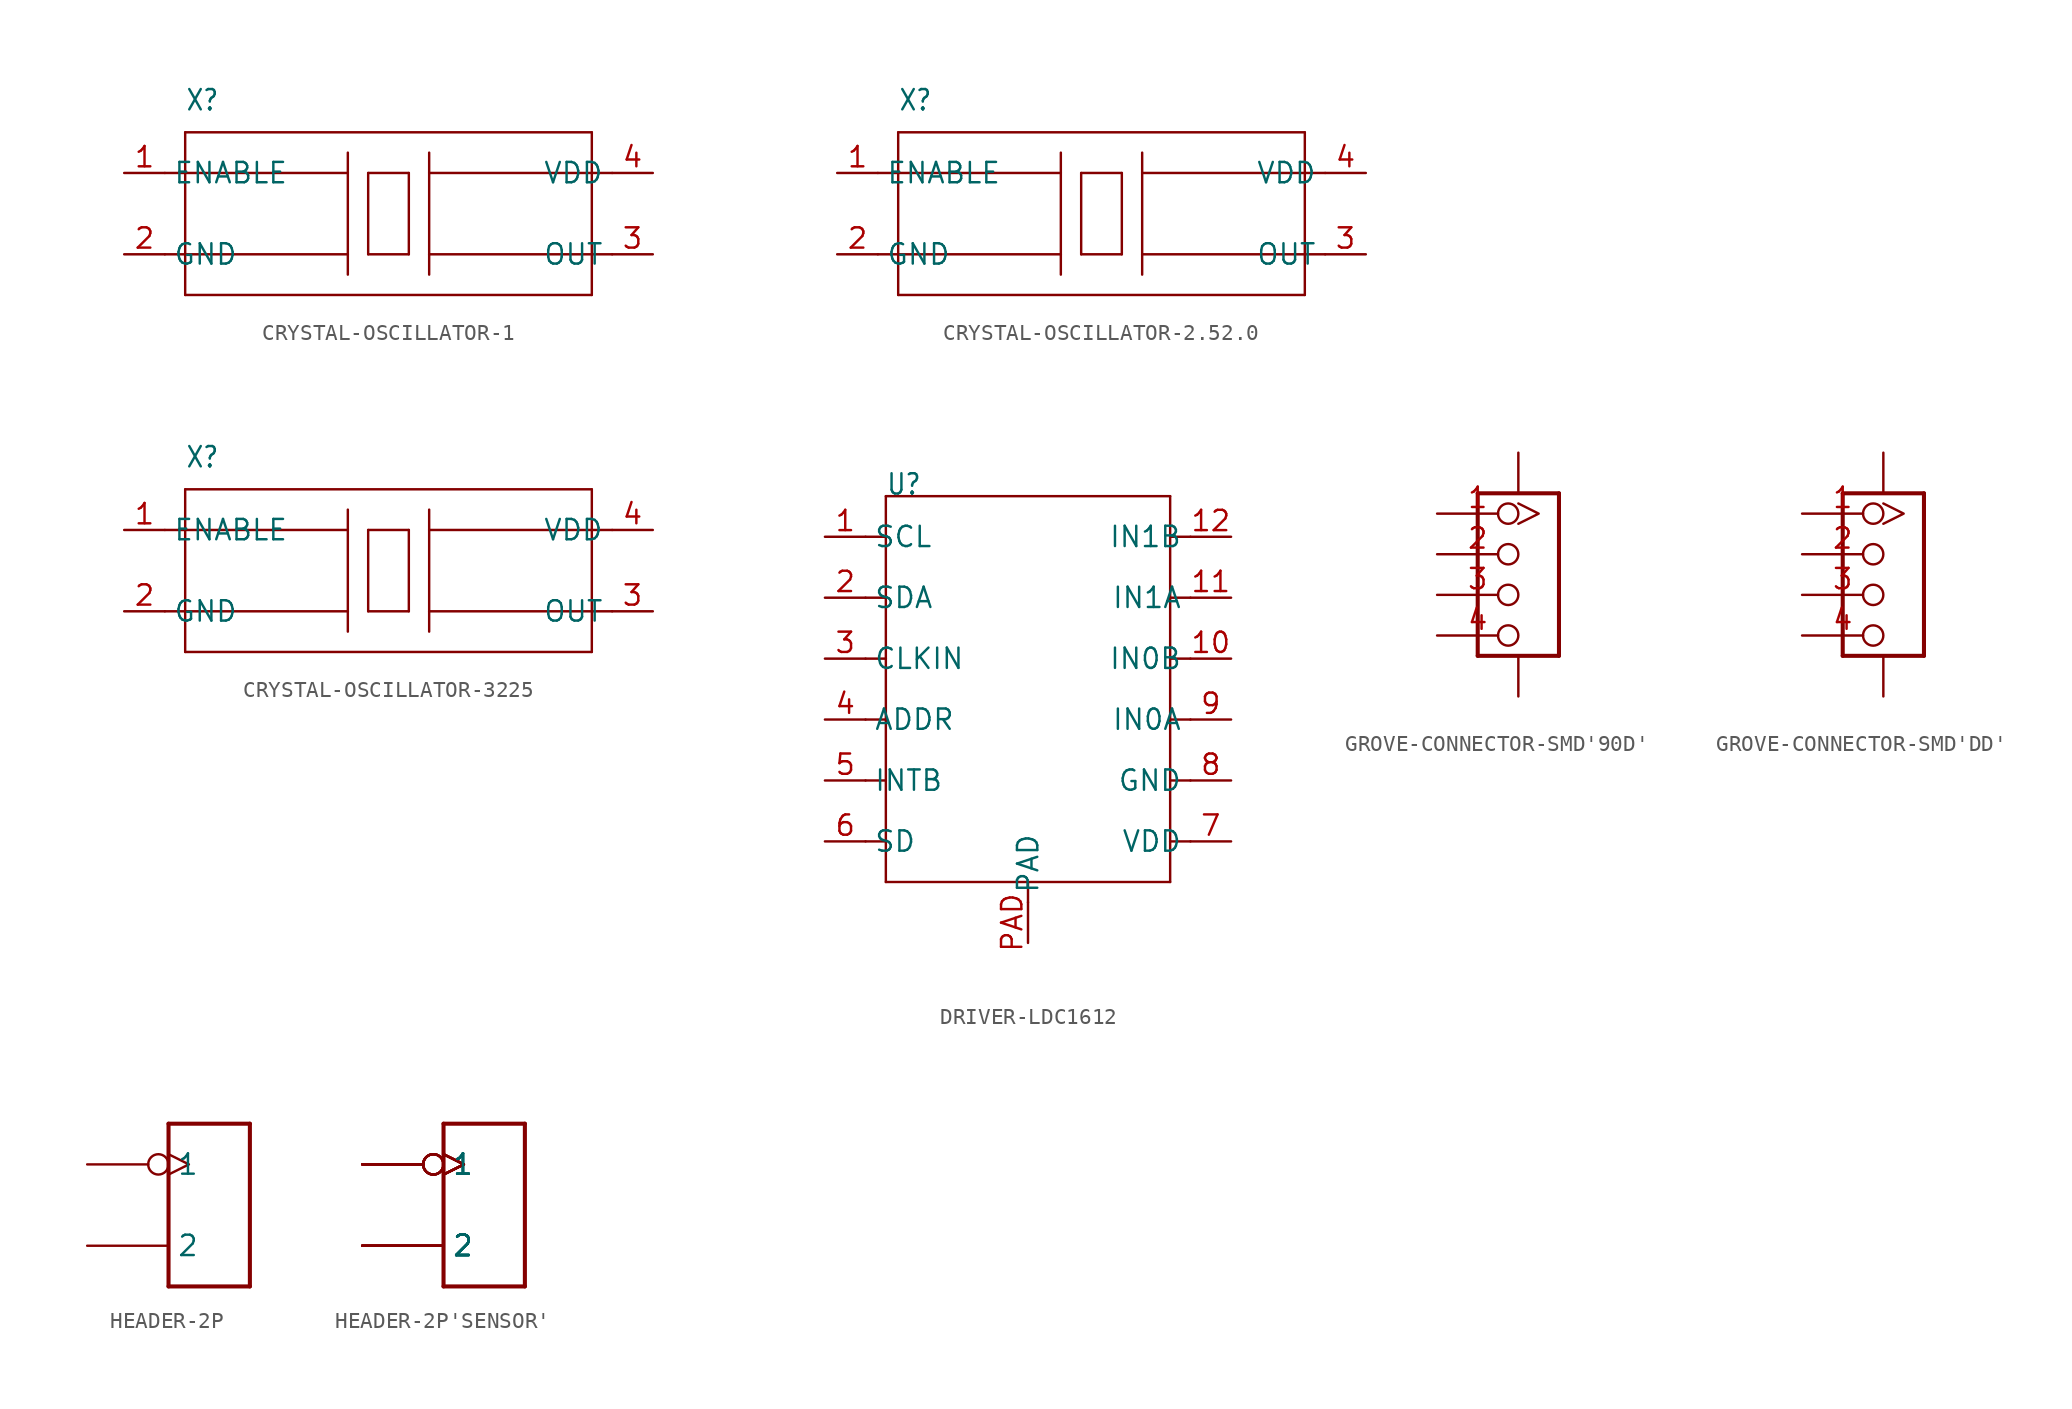
<source format=kicad_sym>
(kicad_symbol_lib
  (version 20220914)
  (generator kicad_symbol_editor)
  (symbol "CRYSTAL-OSCILLATOR-1"
    (property "Reference" "X"
      (at -12.7 6.35 0)
      (effects (font (size 1.27 1.079)) (justify left bottom)))
    (property "Value" ""
      (at -3.81 6.35 0)
      (effects (font (size 1.27 1.079)) (justify left bottom)))
    (property "ki_locked" ""
      (at 0 0 0)
      (effects (font (size 1.27 1.27))))
    (symbol "CRYSTAL-OSCILLATOR-1_1_0"
      (polyline (pts (xy -13.97 -2.54) (xy -2.54 -2.54)) (stroke (width 0.152) (type solid)) (fill (type none)))
      (polyline (pts (xy -13.97 2.54) (xy -2.54 2.54)) (stroke (width 0.152) (type solid)) (fill (type none)))
      (polyline (pts (xy -12.7 -5.08) (xy 12.7 -5.08)) (stroke (width 0.152) (type solid)) (fill (type none)))
      (polyline (pts (xy -12.7 5.08) (xy -12.7 -5.08)) (stroke (width 0.152) (type solid)) (fill (type none)))
      (polyline (pts (xy -2.54 -3.81) (xy -2.54 -2.54)) (stroke (width 0.152) (type solid)) (fill (type none)))
      (polyline (pts (xy -2.54 -2.54) (xy -2.54 2.54)) (stroke (width 0.152) (type solid)) (fill (type none)))
      (polyline (pts (xy -2.54 2.54) (xy -2.54 3.81)) (stroke (width 0.152) (type solid)) (fill (type none)))
      (polyline (pts (xy -1.27 -2.54) (xy -1.27 2.54)) (stroke (width 0.152) (type solid)) (fill (type none)))
      (polyline (pts (xy -1.27 2.54) (xy 1.27 2.54)) (stroke (width 0.152) (type solid)) (fill (type none)))
      (polyline (pts (xy 1.27 -2.54) (xy -1.27 -2.54)) (stroke (width 0.152) (type solid)) (fill (type none)))
      (polyline (pts (xy 1.27 2.54) (xy 1.27 -2.54)) (stroke (width 0.152) (type solid)) (fill (type none)))
      (polyline (pts (xy 2.54 -2.54) (xy 2.54 -3.81)) (stroke (width 0.152) (type solid)) (fill (type none)))
      (polyline (pts (xy 2.54 2.54) (xy 2.54 -2.54)) (stroke (width 0.152) (type solid)) (fill (type none)))
      (polyline (pts (xy 2.54 3.81) (xy 2.54 2.54)) (stroke (width 0.152) (type solid)) (fill (type none)))
      (polyline (pts (xy 12.7 -5.08) (xy 12.7 5.08)) (stroke (width 0.152) (type solid)) (fill (type none)))
      (polyline (pts (xy 12.7 5.08) (xy -12.7 5.08)) (stroke (width 0.152) (type solid)) (fill (type none)))
      (polyline (pts (xy 13.97 -2.54) (xy 2.54 -2.54)) (stroke (width 0.152) (type solid)) (fill (type none)))
      (polyline (pts (xy 13.97 2.54) (xy 2.54 2.54)) (stroke (width 0.152) (type solid)) (fill (type none)))
      (pin bidirectional line (at -16.51 2.54 0) (length 2.54) (name "ENABLE" (effects (font (size 1.27 1.27)))) (number "1" (effects (font (size 1.27 1.27)))))
      (pin bidirectional line (at -16.51 -2.54 0) (length 2.54) (name "GND" (effects (font (size 1.27 1.27)))) (number "2" (effects (font (size 1.27 1.27)))))
      (pin bidirectional line (at 16.51 -2.54 180) (length 2.54) (name "OUT" (effects (font (size 1.27 1.27)))) (number "3" (effects (font (size 1.27 1.27)))))
      (pin bidirectional line (at 16.51 2.54 180) (length 2.54) (name "VDD" (effects (font (size 1.27 1.27)))) (number "4" (effects (font (size 1.27 1.27)))))))
  (symbol "CRYSTAL-OSCILLATOR-2.52.0"
    (property "Reference" "X"
      (at -12.7 6.35 0)
      (effects (font (size 1.27 1.079)) (justify left bottom)))
    (property "Value" ""
      (at -3.81 6.35 0)
      (effects (font (size 1.27 1.079)) (justify left bottom)))
    (property "ki_locked" ""
      (at 0 0 0)
      (effects (font (size 1.27 1.27))))
    (symbol "CRYSTAL-OSCILLATOR-2.52.0_1_0"
      (polyline (pts (xy -13.97 -2.54) (xy -2.54 -2.54)) (stroke (width 0.152) (type solid)) (fill (type none)))
      (polyline (pts (xy -13.97 2.54) (xy -2.54 2.54)) (stroke (width 0.152) (type solid)) (fill (type none)))
      (polyline (pts (xy -12.7 -5.08) (xy 12.7 -5.08)) (stroke (width 0.152) (type solid)) (fill (type none)))
      (polyline (pts (xy -12.7 5.08) (xy -12.7 -5.08)) (stroke (width 0.152) (type solid)) (fill (type none)))
      (polyline (pts (xy -2.54 -3.81) (xy -2.54 -2.54)) (stroke (width 0.152) (type solid)) (fill (type none)))
      (polyline (pts (xy -2.54 -2.54) (xy -2.54 2.54)) (stroke (width 0.152) (type solid)) (fill (type none)))
      (polyline (pts (xy -2.54 2.54) (xy -2.54 3.81)) (stroke (width 0.152) (type solid)) (fill (type none)))
      (polyline (pts (xy -1.27 -2.54) (xy -1.27 2.54)) (stroke (width 0.152) (type solid)) (fill (type none)))
      (polyline (pts (xy -1.27 2.54) (xy 1.27 2.54)) (stroke (width 0.152) (type solid)) (fill (type none)))
      (polyline (pts (xy 1.27 -2.54) (xy -1.27 -2.54)) (stroke (width 0.152) (type solid)) (fill (type none)))
      (polyline (pts (xy 1.27 2.54) (xy 1.27 -2.54)) (stroke (width 0.152) (type solid)) (fill (type none)))
      (polyline (pts (xy 2.54 -2.54) (xy 2.54 -3.81)) (stroke (width 0.152) (type solid)) (fill (type none)))
      (polyline (pts (xy 2.54 2.54) (xy 2.54 -2.54)) (stroke (width 0.152) (type solid)) (fill (type none)))
      (polyline (pts (xy 2.54 3.81) (xy 2.54 2.54)) (stroke (width 0.152) (type solid)) (fill (type none)))
      (polyline (pts (xy 12.7 -5.08) (xy 12.7 5.08)) (stroke (width 0.152) (type solid)) (fill (type none)))
      (polyline (pts (xy 12.7 5.08) (xy -12.7 5.08)) (stroke (width 0.152) (type solid)) (fill (type none)))
      (polyline (pts (xy 13.97 -2.54) (xy 2.54 -2.54)) (stroke (width 0.152) (type solid)) (fill (type none)))
      (polyline (pts (xy 13.97 2.54) (xy 2.54 2.54)) (stroke (width 0.152) (type solid)) (fill (type none)))
      (pin bidirectional line (at -16.51 2.54 0) (length 2.54) (name "ENABLE" (effects (font (size 1.27 1.27)))) (number "1" (effects (font (size 1.27 1.27)))))
      (pin bidirectional line (at -16.51 -2.54 0) (length 2.54) (name "GND" (effects (font (size 1.27 1.27)))) (number "2" (effects (font (size 1.27 1.27)))))
      (pin bidirectional line (at 16.51 -2.54 180) (length 2.54) (name "OUT" (effects (font (size 1.27 1.27)))) (number "3" (effects (font (size 1.27 1.27)))))
      (pin bidirectional line (at 16.51 2.54 180) (length 2.54) (name "VDD" (effects (font (size 1.27 1.27)))) (number "4" (effects (font (size 1.27 1.27)))))))
  (symbol "CRYSTAL-OSCILLATOR-3225"
    (property "Reference" "X"
      (at -12.7 6.35 0)
      (effects (font (size 1.27 1.079)) (justify left bottom)))
    (property "Value" ""
      (at -3.81 6.35 0)
      (effects (font (size 1.27 1.079)) (justify left bottom)))
    (property "ki_locked" ""
      (at 0 0 0)
      (effects (font (size 1.27 1.27))))
    (symbol "CRYSTAL-OSCILLATOR-3225_1_0"
      (polyline (pts (xy -13.97 -2.54) (xy -2.54 -2.54)) (stroke (width 0.152) (type solid)) (fill (type none)))
      (polyline (pts (xy -13.97 2.54) (xy -2.54 2.54)) (stroke (width 0.152) (type solid)) (fill (type none)))
      (polyline (pts (xy -12.7 -5.08) (xy 12.7 -5.08)) (stroke (width 0.152) (type solid)) (fill (type none)))
      (polyline (pts (xy -12.7 5.08) (xy -12.7 -5.08)) (stroke (width 0.152) (type solid)) (fill (type none)))
      (polyline (pts (xy -2.54 -3.81) (xy -2.54 -2.54)) (stroke (width 0.152) (type solid)) (fill (type none)))
      (polyline (pts (xy -2.54 -2.54) (xy -2.54 2.54)) (stroke (width 0.152) (type solid)) (fill (type none)))
      (polyline (pts (xy -2.54 2.54) (xy -2.54 3.81)) (stroke (width 0.152) (type solid)) (fill (type none)))
      (polyline (pts (xy -1.27 -2.54) (xy -1.27 2.54)) (stroke (width 0.152) (type solid)) (fill (type none)))
      (polyline (pts (xy -1.27 2.54) (xy 1.27 2.54)) (stroke (width 0.152) (type solid)) (fill (type none)))
      (polyline (pts (xy 1.27 -2.54) (xy -1.27 -2.54)) (stroke (width 0.152) (type solid)) (fill (type none)))
      (polyline (pts (xy 1.27 2.54) (xy 1.27 -2.54)) (stroke (width 0.152) (type solid)) (fill (type none)))
      (polyline (pts (xy 2.54 -2.54) (xy 2.54 -3.81)) (stroke (width 0.152) (type solid)) (fill (type none)))
      (polyline (pts (xy 2.54 2.54) (xy 2.54 -2.54)) (stroke (width 0.152) (type solid)) (fill (type none)))
      (polyline (pts (xy 2.54 3.81) (xy 2.54 2.54)) (stroke (width 0.152) (type solid)) (fill (type none)))
      (polyline (pts (xy 12.7 -5.08) (xy 12.7 5.08)) (stroke (width 0.152) (type solid)) (fill (type none)))
      (polyline (pts (xy 12.7 5.08) (xy -12.7 5.08)) (stroke (width 0.152) (type solid)) (fill (type none)))
      (polyline (pts (xy 13.97 -2.54) (xy 2.54 -2.54)) (stroke (width 0.152) (type solid)) (fill (type none)))
      (polyline (pts (xy 13.97 2.54) (xy 2.54 2.54)) (stroke (width 0.152) (type solid)) (fill (type none)))
      (pin bidirectional line (at -16.51 2.54 0) (length 2.54) (name "ENABLE" (effects (font (size 1.27 1.27)))) (number "1" (effects (font (size 1.27 1.27)))))
      (pin bidirectional line (at -16.51 -2.54 0) (length 2.54) (name "GND" (effects (font (size 1.27 1.27)))) (number "2" (effects (font (size 1.27 1.27)))))
      (pin bidirectional line (at 16.51 -2.54 180) (length 2.54) (name "OUT" (effects (font (size 1.27 1.27)))) (number "3" (effects (font (size 1.27 1.27)))))
      (pin bidirectional line (at 16.51 2.54 180) (length 2.54) (name "VDD" (effects (font (size 1.27 1.27)))) (number "4" (effects (font (size 1.27 1.27)))))))
  (symbol "DRIVER-LDC1612"
    (property "Reference" "U"
      (at -8.89 11.43 0)
      (effects (font (size 1.27 1.079)) (justify left bottom)))
    (property "Value" ""
      (at 2.54 11.43 0)
      (effects (font (size 1.27 1.079)) (justify left bottom)))
    (property "ki_locked" ""
      (at 0 0 0)
      (effects (font (size 1.27 1.27))))
    (symbol "DRIVER-LDC1612_1_0"
      (polyline (pts (xy -10.16 -10.16) (xy -8.89 -10.16)) (stroke (width 0.152) (type solid)) (fill (type none)))
      (polyline (pts (xy -8.89 -12.7) (xy -8.89 -10.16)) (stroke (width 0.152) (type solid)) (fill (type none)))
      (polyline (pts (xy -8.89 -10.16) (xy -8.89 -6.35)) (stroke (width 0.152) (type solid)) (fill (type none)))
      (polyline (pts (xy -8.89 -6.35) (xy -10.16 -6.35)) (stroke (width 0.152) (type solid)) (fill (type none)))
      (polyline (pts (xy -8.89 -6.35) (xy -8.89 -2.54)) (stroke (width 0.152) (type solid)) (fill (type none)))
      (polyline (pts (xy -8.89 -2.54) (xy -10.16 -2.54)) (stroke (width 0.152) (type solid)) (fill (type none)))
      (polyline (pts (xy -8.89 -2.54) (xy -8.89 1.27)) (stroke (width 0.152) (type solid)) (fill (type none)))
      (polyline (pts (xy -8.89 1.27) (xy -10.16 1.27)) (stroke (width 0.152) (type solid)) (fill (type none)))
      (polyline (pts (xy -8.89 1.27) (xy -8.89 5.08)) (stroke (width 0.152) (type solid)) (fill (type none)))
      (polyline (pts (xy -8.89 5.08) (xy -10.16 5.08)) (stroke (width 0.152) (type solid)) (fill (type none)))
      (polyline (pts (xy -8.89 5.08) (xy -8.89 8.89)) (stroke (width 0.152) (type solid)) (fill (type none)))
      (polyline (pts (xy -8.89 8.89) (xy -10.16 8.89)) (stroke (width 0.152) (type solid)) (fill (type none)))
      (polyline (pts (xy -8.89 8.89) (xy -8.89 11.43)) (stroke (width 0.152) (type solid)) (fill (type none)))
      (polyline (pts (xy -8.89 11.43) (xy 8.89 11.43)) (stroke (width 0.152) (type solid)) (fill (type none)))
      (polyline (pts (xy 0 -13.97) (xy 0 -12.7)) (stroke (width 0.152) (type solid)) (fill (type none)))
      (polyline (pts (xy 0 -12.7) (xy -8.89 -12.7)) (stroke (width 0.152) (type solid)) (fill (type none)))
      (polyline (pts (xy 8.89 -12.7) (xy 0 -12.7)) (stroke (width 0.152) (type solid)) (fill (type none)))
      (polyline (pts (xy 8.89 -10.16) (xy 8.89 -12.7)) (stroke (width 0.152) (type solid)) (fill (type none)))
      (polyline (pts (xy 8.89 -6.35) (xy 8.89 -10.16)) (stroke (width 0.152) (type solid)) (fill (type none)))
      (polyline (pts (xy 8.89 -2.54) (xy 8.89 -6.35)) (stroke (width 0.152) (type solid)) (fill (type none)))
      (polyline (pts (xy 8.89 1.27) (xy 8.89 -2.54)) (stroke (width 0.152) (type solid)) (fill (type none)))
      (polyline (pts (xy 8.89 5.08) (xy 8.89 1.27)) (stroke (width 0.152) (type solid)) (fill (type none)))
      (polyline (pts (xy 8.89 8.89) (xy 8.89 5.08)) (stroke (width 0.152) (type solid)) (fill (type none)))
      (polyline (pts (xy 8.89 11.43) (xy 8.89 8.89)) (stroke (width 0.152) (type solid)) (fill (type none)))
      (polyline (pts (xy 10.16 -10.16) (xy 8.89 -10.16)) (stroke (width 0.152) (type solid)) (fill (type none)))
      (polyline (pts (xy 10.16 -6.35) (xy 8.89 -6.35)) (stroke (width 0.152) (type solid)) (fill (type none)))
      (polyline (pts (xy 10.16 -2.54) (xy 8.89 -2.54)) (stroke (width 0.152) (type solid)) (fill (type none)))
      (polyline (pts (xy 10.16 1.27) (xy 8.89 1.27)) (stroke (width 0.152) (type solid)) (fill (type none)))
      (polyline (pts (xy 10.16 5.08) (xy 8.89 5.08)) (stroke (width 0.152) (type solid)) (fill (type none)))
      (polyline (pts (xy 10.16 8.89) (xy 8.89 8.89)) (stroke (width 0.152) (type solid)) (fill (type none)))
      (pin bidirectional line (at -12.7 8.89 0) (length 2.54) (name "SCL" (effects (font (size 1.27 1.27)))) (number "1" (effects (font (size 1.27 1.27)))))
      (pin bidirectional line (at 12.7 1.27 180) (length 2.54) (name "IN0B" (effects (font (size 1.27 1.27)))) (number "10" (effects (font (size 1.27 1.27)))))
      (pin bidirectional line (at 12.7 5.08 180) (length 2.54) (name "IN1A" (effects (font (size 1.27 1.27)))) (number "11" (effects (font (size 1.27 1.27)))))
      (pin bidirectional line (at 12.7 8.89 180) (length 2.54) (name "IN1B" (effects (font (size 1.27 1.27)))) (number "12" (effects (font (size 1.27 1.27)))))
      (pin bidirectional line (at -12.7 5.08 0) (length 2.54) (name "SDA" (effects (font (size 1.27 1.27)))) (number "2" (effects (font (size 1.27 1.27)))))
      (pin bidirectional line (at -12.7 1.27 0) (length 2.54) (name "CLKIN" (effects (font (size 1.27 1.27)))) (number "3" (effects (font (size 1.27 1.27)))))
      (pin bidirectional line (at -12.7 -2.54 0) (length 2.54) (name "ADDR" (effects (font (size 1.27 1.27)))) (number "4" (effects (font (size 1.27 1.27)))))
      (pin bidirectional line (at -12.7 -6.35 0) (length 2.54) (name "INTB" (effects (font (size 1.27 1.27)))) (number "5" (effects (font (size 1.27 1.27)))))
      (pin bidirectional line (at -12.7 -10.16 0) (length 2.54) (name "SD" (effects (font (size 1.27 1.27)))) (number "6" (effects (font (size 1.27 1.27)))))
      (pin bidirectional line (at 12.7 -10.16 180) (length 2.54) (name "VDD" (effects (font (size 1.27 1.27)))) (number "7" (effects (font (size 1.27 1.27)))))
      (pin bidirectional line (at 12.7 -6.35 180) (length 2.54) (name "GND" (effects (font (size 1.27 1.27)))) (number "8" (effects (font (size 1.27 1.27)))))
      (pin bidirectional line (at 12.7 -2.54 180) (length 2.54) (name "IN0A" (effects (font (size 1.27 1.27)))) (number "9" (effects (font (size 1.27 1.27)))))
      (pin bidirectional line (at 0 -16.51 90) (length 2.54) (name "PAD" (effects (font (size 1.27 1.27)))) (number "PAD" (effects (font (size 1.27 1.27)))))))
  (symbol "GROVE-CONNECTOR-SMD'90D'"
    (property "Reference" "J"
      (at -7.62 6.35 0)
      (effects (font (size 1.27 1.079)) (justify left bottom) hide))
    (property "ki_locked" ""
      (at 0 0 0)
      (effects (font (size 1.27 1.27))))
    (symbol "GROVE-CONNECTOR-SMD'90D'_1_0"
      (polyline (pts (xy -2.54 -5.08) (xy -2.54 5.08)) (stroke (width 0.254) (type solid)) (fill (type none)))
      (polyline (pts (xy -2.54 5.08) (xy 2.54 5.08)) (stroke (width 0.254) (type solid)) (fill (type none)))
      (polyline (pts (xy 2.54 -5.08) (xy -2.54 -5.08)) (stroke (width 0.254) (type solid)) (fill (type none)))
      (polyline (pts (xy 2.54 5.08) (xy 2.54 -5.08)) (stroke (width 0.254) (type solid)) (fill (type none)))
      (pin bidirectional inverted_clock (at -5.08 3.81 0) (length 5.08) (name "1" (effects (font (size 0 0)))) (number "1" (effects (font (size 1.27 1.27)))))
      (pin bidirectional inverted (at -5.08 1.27 0) (length 5.08) (name "2" (effects (font (size 0 0)))) (number "2" (effects (font (size 1.27 1.27)))))
      (pin bidirectional inverted (at -5.08 -1.27 0) (length 5.08) (name "3" (effects (font (size 0 0)))) (number "3" (effects (font (size 1.27 1.27)))))
      (pin bidirectional inverted (at -5.08 -3.81 0) (length 5.08) (name "4" (effects (font (size 0 0)))) (number "4" (effects (font (size 1.27 1.27)))))
      (pin bidirectional line (at 0 7.62 270) (length 2.54) (name "SS1" (effects (font (size 0 0)))) (number "SS1" (effects (font (size 0 0)))))
      (pin bidirectional line (at 0 -7.62 90) (length 2.54) (name "SS2" (effects (font (size 0 0)))) (number "SS2" (effects (font (size 0 0)))))))
  (symbol "GROVE-CONNECTOR-SMD'DD'"
    (property "Reference" "J"
      (at -7.62 6.35 0)
      (effects (font (size 1.27 1.079)) (justify left bottom) hide))
    (property "ki_locked" ""
      (at 0 0 0)
      (effects (font (size 1.27 1.27))))
    (symbol "GROVE-CONNECTOR-SMD'DD'_1_0"
      (polyline (pts (xy -2.54 -5.08) (xy -2.54 5.08)) (stroke (width 0.254) (type solid)) (fill (type none)))
      (polyline (pts (xy -2.54 5.08) (xy 2.54 5.08)) (stroke (width 0.254) (type solid)) (fill (type none)))
      (polyline (pts (xy 2.54 -5.08) (xy -2.54 -5.08)) (stroke (width 0.254) (type solid)) (fill (type none)))
      (polyline (pts (xy 2.54 5.08) (xy 2.54 -5.08)) (stroke (width 0.254) (type solid)) (fill (type none)))
      (pin bidirectional inverted_clock (at -5.08 3.81 0) (length 5.08) (name "1" (effects (font (size 0 0)))) (number "1" (effects (font (size 1.27 1.27)))))
      (pin bidirectional inverted (at -5.08 1.27 0) (length 5.08) (name "2" (effects (font (size 0 0)))) (number "2" (effects (font (size 1.27 1.27)))))
      (pin bidirectional inverted (at -5.08 -1.27 0) (length 5.08) (name "3" (effects (font (size 0 0)))) (number "3" (effects (font (size 1.27 1.27)))))
      (pin bidirectional inverted (at -5.08 -3.81 0) (length 5.08) (name "4" (effects (font (size 0 0)))) (number "4" (effects (font (size 1.27 1.27)))))
      (pin bidirectional line (at 0 7.62 270) (length 2.54) (name "SS1" (effects (font (size 0 0)))) (number "SS1" (effects (font (size 0 0)))))
      (pin bidirectional line (at 0 -7.62 90) (length 2.54) (name "SS2" (effects (font (size 0 0)))) (number "SS2" (effects (font (size 0 0)))))))
  (symbol "HEADER-2P"
    (property "Reference" "J"
      (at -6.35 6.35 0)
      (effects (font (size 1.27 1.079)) (justify left bottom) hide))
    (property "ki_locked" ""
      (at 0 0 0)
      (effects (font (size 1.27 1.27))))
    (symbol "HEADER-2P_1_0"
      (polyline (pts (xy -2.54 -5.08) (xy -2.54 5.08)) (stroke (width 0.254) (type solid)) (fill (type none)))
      (polyline (pts (xy -2.54 5.08) (xy 2.54 5.08)) (stroke (width 0.254) (type solid)) (fill (type none)))
      (polyline (pts (xy 2.54 -5.08) (xy -2.54 -5.08)) (stroke (width 0.254) (type solid)) (fill (type none)))
      (polyline (pts (xy 2.54 5.08) (xy 2.54 -5.08)) (stroke (width 0.254) (type solid)) (fill (type none)))
      (pin bidirectional inverted_clock (at -7.62 2.54 0) (length 5.08) (name "1" (effects (font (size 1.27 1.27)))) (number "1" (effects (font (size 0 0)))))
      (pin bidirectional line (at -7.62 -2.54 0) (length 5.08) (name "2" (effects (font (size 1.27 1.27)))) (number "2" (effects (font (size 0 0)))))))
  (symbol "HEADER-2P'SENSOR'"
    (property "Reference" "J"
      (at -6.35 6.35 0)
      (effects (font (size 1.27 1.079)) (justify left bottom) hide))
    (property "ki_locked" ""
      (at 0 0 0)
      (effects (font (size 1.27 1.27))))
    (symbol "HEADER-2P'SENSOR'_1_0"
      (polyline (pts (xy -2.54 -5.08) (xy -2.54 5.08)) (stroke (width 0.254) (type solid)) (fill (type none)))
      (polyline (pts (xy -2.54 5.08) (xy 2.54 5.08)) (stroke (width 0.254) (type solid)) (fill (type none)))
      (polyline (pts (xy 2.54 -5.08) (xy -2.54 -5.08)) (stroke (width 0.254) (type solid)) (fill (type none)))
      (polyline (pts (xy 2.54 5.08) (xy 2.54 -5.08)) (stroke (width 0.254) (type solid)) (fill (type none)))
      (pin bidirectional line (at -7.62 -2.54 0) (length 5.08) (name "2" (effects (font (size 1.27 1.27)))) (number "1" (effects (font (size 0 0)))))
      (pin bidirectional inverted_clock (at -7.62 2.54 0) (length 5.08) (name "1" (effects (font (size 1.27 1.27)))) (number "10" (effects (font (size 0 0)))))
      (pin bidirectional line (at -7.62 -2.54 0) (length 5.08) (name "2" (effects (font (size 1.27 1.27)))) (number "11" (effects (font (size 0 0)))))
      (pin bidirectional inverted_clock (at -7.62 2.54 0) (length 5.08) (name "1" (effects (font (size 1.27 1.27)))) (number "2" (effects (font (size 0 0)))))
      (pin bidirectional line (at -7.62 -2.54 0) (length 5.08) (name "2" (effects (font (size 1.27 1.27)))) (number "3" (effects (font (size 0 0)))))
      (pin bidirectional inverted_clock (at -7.62 2.54 0) (length 5.08) (name "1" (effects (font (size 1.27 1.27)))) (number "4" (effects (font (size 0 0)))))
      (pin bidirectional line (at -7.62 -2.54 0) (length 5.08) (name "2" (effects (font (size 1.27 1.27)))) (number "5" (effects (font (size 0 0)))))
      (pin bidirectional inverted_clock (at -7.62 2.54 0) (length 5.08) (name "1" (effects (font (size 1.27 1.27)))) (number "6" (effects (font (size 0 0)))))
      (pin bidirectional line (at -7.62 -2.54 0) (length 5.08) (name "2" (effects (font (size 1.27 1.27)))) (number "7" (effects (font (size 0 0)))))
      (pin bidirectional inverted_clock (at -7.62 2.54 0) (length 5.08) (name "1" (effects (font (size 1.27 1.27)))) (number "8" (effects (font (size 0 0)))))
      (pin bidirectional line (at -7.62 -2.54 0) (length 5.08) (name "2" (effects (font (size 1.27 1.27)))) (number "9" (effects (font (size 0 0))))))))
</source>
